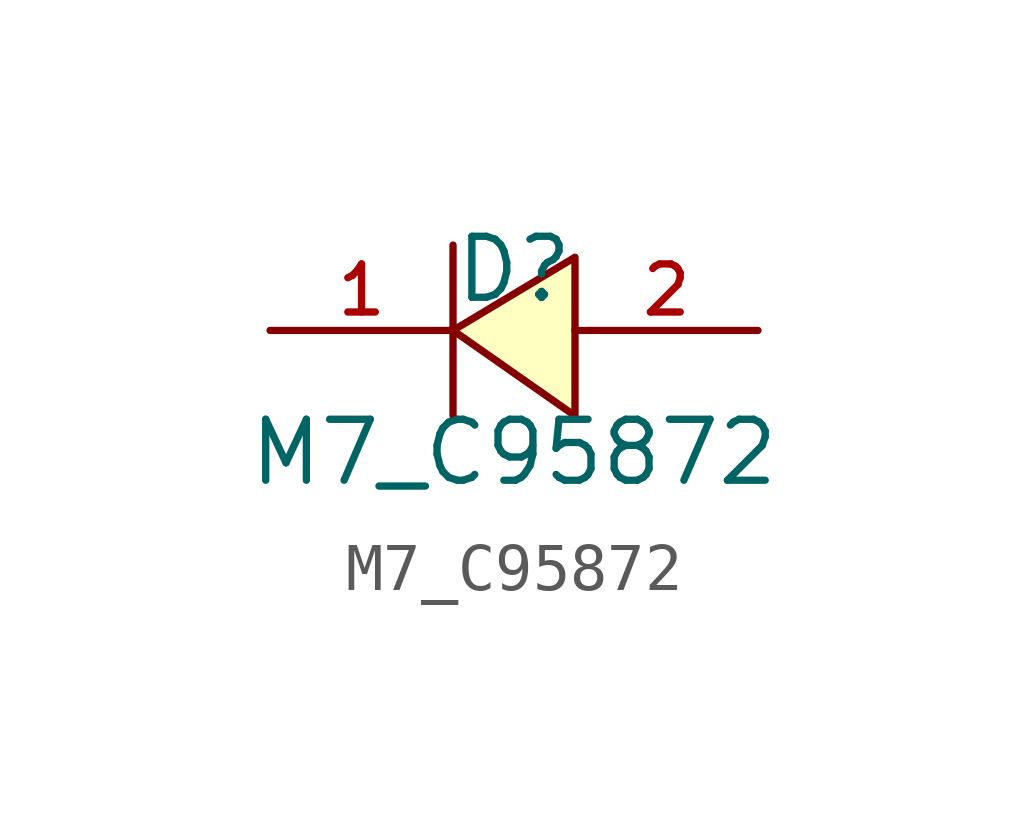
<source format=kicad_sym>
(kicad_symbol_lib
  (version 20210201)
  (generator TousstNicolas/JLC2KiCad_lib)
  (symbol "M7_C95872"
    (pin_names hide)
    (property "Reference" "D"
      (at 0 1.27 0)
      (effects (font (size 1.27 1.27))))
    (property "Value" "M7_C95872"
      (at 0 -2.54 0)
      (effects (font (size 1.27 1.27))))
    (symbol "M7_C95872_0_1"
      (pin unspecified line (at 5.08 -0.0 180) (length 3.81) (name "A" (effects (font (size 1 1)))) (number "2" (effects (font (size 1 1)))))
      (pin unspecified line (at -5.08 -0.0 0) (length 3.81) (name "K" (effects (font (size 1 1)))) (number "1" (effects (font (size 1 1)))))
      (polyline (pts (xy 1.27 1.524) (xy -1.27 -0.0) (xy 1.27 -1.778) (xy 1.27 1.524)) (stroke (width 0) (type default) (color 0 0 0 0)) (fill (type background)))
      (polyline (pts (xy -1.27 1.778) (xy -1.27 -1.778)) (stroke (width 0) (type default) (color 0 0 0 0)) (fill (type none))))))
</source>
